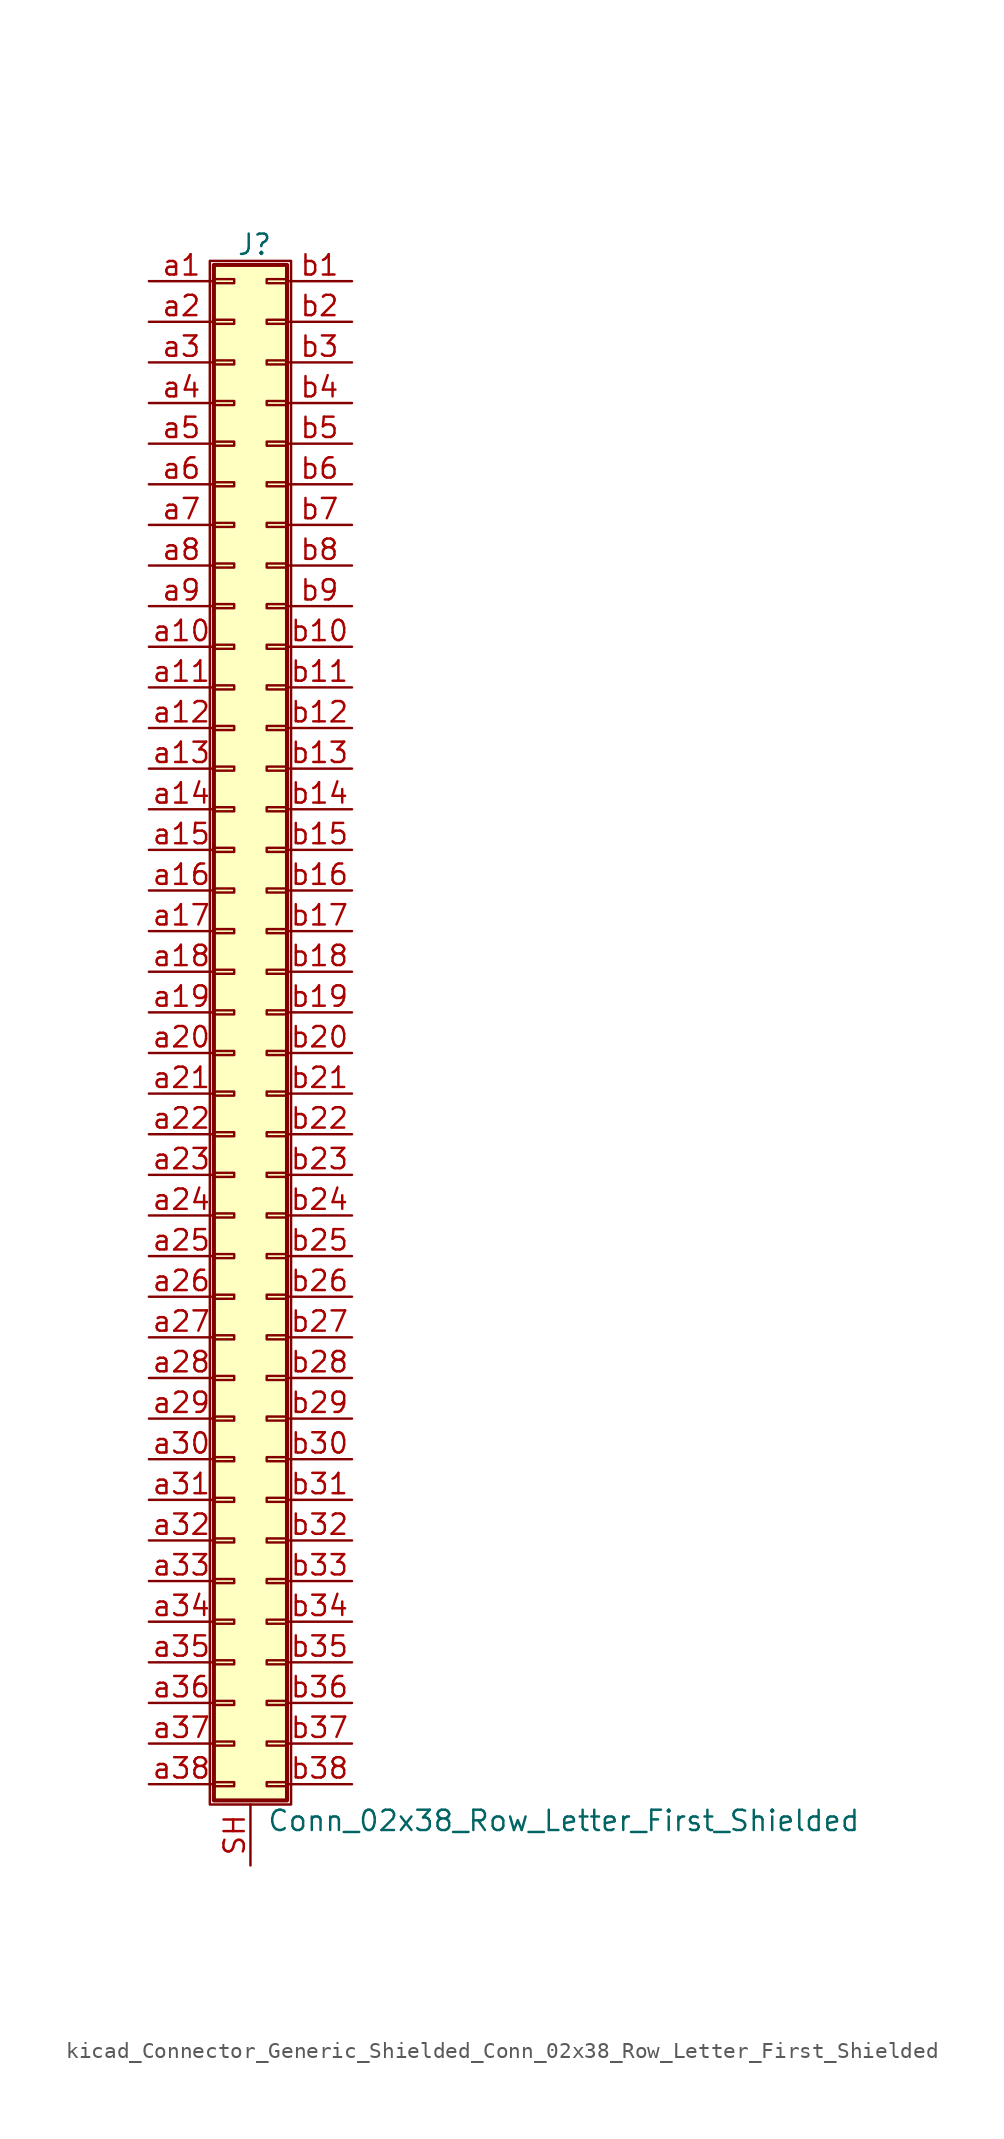
<source format=kicad_sym>
(kicad_symbol_lib
  (version 20220914)
  (generator kicad_symbol_editor)
  (symbol "kicad_Connector_Generic_Shielded_Conn_02x38_Row_Letter_First_Shielded"
    (pin_names
      (offset 1.016) hide)
    (property "Reference" "J"
      (at 1.524 48.006 0)
      (effects (font (size 1.27 1.27))))
    (property "Value" "Conn_02x38_Row_Letter_First_Shielded"
      (at 2.286 -50.546 0)
      (effects (font (size 1.27 1.27)) (justify left)))
    (symbol "kicad_Connector_Generic_Shielded_Conn_02x38_Row_Letter_First_Shielded_1_1"
      (rectangle (start -1.27 46.99) (end 3.81 -49.53) (stroke (width 0.152) (type default)) (fill (type none)))
      (rectangle (start -1.016 -48.133) (end 0.254 -48.387) (stroke (width 0.152) (type default)) (fill (type none)))
      (rectangle (start -1.016 -45.593) (end 0.254 -45.847) (stroke (width 0.152) (type default)) (fill (type none)))
      (rectangle (start -1.016 -43.053) (end 0.254 -43.307) (stroke (width 0.152) (type default)) (fill (type none)))
      (rectangle (start -1.016 -40.513) (end 0.254 -40.767) (stroke (width 0.152) (type default)) (fill (type none)))
      (rectangle (start -1.016 -37.973) (end 0.254 -38.227) (stroke (width 0.152) (type default)) (fill (type none)))
      (rectangle (start -1.016 -35.433) (end 0.254 -35.687) (stroke (width 0.152) (type default)) (fill (type none)))
      (rectangle (start -1.016 -32.893) (end 0.254 -33.147) (stroke (width 0.152) (type default)) (fill (type none)))
      (rectangle (start -1.016 -30.353) (end 0.254 -30.607) (stroke (width 0.152) (type default)) (fill (type none)))
      (rectangle (start -1.016 -27.813) (end 0.254 -28.067) (stroke (width 0.152) (type default)) (fill (type none)))
      (rectangle (start -1.016 -25.273) (end 0.254 -25.527) (stroke (width 0.152) (type default)) (fill (type none)))
      (rectangle (start -1.016 -22.733) (end 0.254 -22.987) (stroke (width 0.152) (type default)) (fill (type none)))
      (rectangle (start -1.016 -20.193) (end 0.254 -20.447) (stroke (width 0.152) (type default)) (fill (type none)))
      (rectangle (start -1.016 -17.653) (end 0.254 -17.907) (stroke (width 0.152) (type default)) (fill (type none)))
      (rectangle (start -1.016 -15.113) (end 0.254 -15.367) (stroke (width 0.152) (type default)) (fill (type none)))
      (rectangle (start -1.016 -12.573) (end 0.254 -12.827) (stroke (width 0.152) (type default)) (fill (type none)))
      (rectangle (start -1.016 -10.033) (end 0.254 -10.287) (stroke (width 0.152) (type default)) (fill (type none)))
      (rectangle (start -1.016 -7.493) (end 0.254 -7.747) (stroke (width 0.152) (type default)) (fill (type none)))
      (rectangle (start -1.016 -4.953) (end 0.254 -5.207) (stroke (width 0.152) (type default)) (fill (type none)))
      (rectangle (start -1.016 -2.413) (end 0.254 -2.667) (stroke (width 0.152) (type default)) (fill (type none)))
      (rectangle (start -1.016 0.127) (end 0.254 -0.127) (stroke (width 0.152) (type default)) (fill (type none)))
      (rectangle (start -1.016 2.667) (end 0.254 2.413) (stroke (width 0.152) (type default)) (fill (type none)))
      (rectangle (start -1.016 5.207) (end 0.254 4.953) (stroke (width 0.152) (type default)) (fill (type none)))
      (rectangle (start -1.016 7.747) (end 0.254 7.493) (stroke (width 0.152) (type default)) (fill (type none)))
      (rectangle (start -1.016 10.287) (end 0.254 10.033) (stroke (width 0.152) (type default)) (fill (type none)))
      (rectangle (start -1.016 12.827) (end 0.254 12.573) (stroke (width 0.152) (type default)) (fill (type none)))
      (rectangle (start -1.016 15.367) (end 0.254 15.113) (stroke (width 0.152) (type default)) (fill (type none)))
      (rectangle (start -1.016 17.907) (end 0.254 17.653) (stroke (width 0.152) (type default)) (fill (type none)))
      (rectangle (start -1.016 20.447) (end 0.254 20.193) (stroke (width 0.152) (type default)) (fill (type none)))
      (rectangle (start -1.016 22.987) (end 0.254 22.733) (stroke (width 0.152) (type default)) (fill (type none)))
      (rectangle (start -1.016 25.527) (end 0.254 25.273) (stroke (width 0.152) (type default)) (fill (type none)))
      (rectangle (start -1.016 28.067) (end 0.254 27.813) (stroke (width 0.152) (type default)) (fill (type none)))
      (rectangle (start -1.016 30.607) (end 0.254 30.353) (stroke (width 0.152) (type default)) (fill (type none)))
      (rectangle (start -1.016 33.147) (end 0.254 32.893) (stroke (width 0.152) (type default)) (fill (type none)))
      (rectangle (start -1.016 35.687) (end 0.254 35.433) (stroke (width 0.152) (type default)) (fill (type none)))
      (rectangle (start -1.016 38.227) (end 0.254 37.973) (stroke (width 0.152) (type default)) (fill (type none)))
      (rectangle (start -1.016 40.767) (end 0.254 40.513) (stroke (width 0.152) (type default)) (fill (type none)))
      (rectangle (start -1.016 43.307) (end 0.254 43.053) (stroke (width 0.152) (type default)) (fill (type none)))
      (rectangle (start -1.016 45.847) (end 0.254 45.593) (stroke (width 0.152) (type default)) (fill (type none)))
      (rectangle (start -1.016 46.736) (end 3.556 -49.276) (stroke (width 0.254) (type default)) (fill (type background)))
      (rectangle (start 3.556 -48.133) (end 2.286 -48.387) (stroke (width 0.152) (type default)) (fill (type none)))
      (rectangle (start 3.556 -45.593) (end 2.286 -45.847) (stroke (width 0.152) (type default)) (fill (type none)))
      (rectangle (start 3.556 -43.053) (end 2.286 -43.307) (stroke (width 0.152) (type default)) (fill (type none)))
      (rectangle (start 3.556 -40.513) (end 2.286 -40.767) (stroke (width 0.152) (type default)) (fill (type none)))
      (rectangle (start 3.556 -37.973) (end 2.286 -38.227) (stroke (width 0.152) (type default)) (fill (type none)))
      (rectangle (start 3.556 -35.433) (end 2.286 -35.687) (stroke (width 0.152) (type default)) (fill (type none)))
      (rectangle (start 3.556 -32.893) (end 2.286 -33.147) (stroke (width 0.152) (type default)) (fill (type none)))
      (rectangle (start 3.556 -30.353) (end 2.286 -30.607) (stroke (width 0.152) (type default)) (fill (type none)))
      (rectangle (start 3.556 -27.813) (end 2.286 -28.067) (stroke (width 0.152) (type default)) (fill (type none)))
      (rectangle (start 3.556 -25.273) (end 2.286 -25.527) (stroke (width 0.152) (type default)) (fill (type none)))
      (rectangle (start 3.556 -22.733) (end 2.286 -22.987) (stroke (width 0.152) (type default)) (fill (type none)))
      (rectangle (start 3.556 -20.193) (end 2.286 -20.447) (stroke (width 0.152) (type default)) (fill (type none)))
      (rectangle (start 3.556 -17.653) (end 2.286 -17.907) (stroke (width 0.152) (type default)) (fill (type none)))
      (rectangle (start 3.556 -15.113) (end 2.286 -15.367) (stroke (width 0.152) (type default)) (fill (type none)))
      (rectangle (start 3.556 -12.573) (end 2.286 -12.827) (stroke (width 0.152) (type default)) (fill (type none)))
      (rectangle (start 3.556 -10.033) (end 2.286 -10.287) (stroke (width 0.152) (type default)) (fill (type none)))
      (rectangle (start 3.556 -7.493) (end 2.286 -7.747) (stroke (width 0.152) (type default)) (fill (type none)))
      (rectangle (start 3.556 -4.953) (end 2.286 -5.207) (stroke (width 0.152) (type default)) (fill (type none)))
      (rectangle (start 3.556 -2.413) (end 2.286 -2.667) (stroke (width 0.152) (type default)) (fill (type none)))
      (rectangle (start 3.556 0.127) (end 2.286 -0.127) (stroke (width 0.152) (type default)) (fill (type none)))
      (rectangle (start 3.556 2.667) (end 2.286 2.413) (stroke (width 0.152) (type default)) (fill (type none)))
      (rectangle (start 3.556 5.207) (end 2.286 4.953) (stroke (width 0.152) (type default)) (fill (type none)))
      (rectangle (start 3.556 7.747) (end 2.286 7.493) (stroke (width 0.152) (type default)) (fill (type none)))
      (rectangle (start 3.556 10.287) (end 2.286 10.033) (stroke (width 0.152) (type default)) (fill (type none)))
      (rectangle (start 3.556 12.827) (end 2.286 12.573) (stroke (width 0.152) (type default)) (fill (type none)))
      (rectangle (start 3.556 15.367) (end 2.286 15.113) (stroke (width 0.152) (type default)) (fill (type none)))
      (rectangle (start 3.556 17.907) (end 2.286 17.653) (stroke (width 0.152) (type default)) (fill (type none)))
      (rectangle (start 3.556 20.447) (end 2.286 20.193) (stroke (width 0.152) (type default)) (fill (type none)))
      (rectangle (start 3.556 22.987) (end 2.286 22.733) (stroke (width 0.152) (type default)) (fill (type none)))
      (rectangle (start 3.556 25.527) (end 2.286 25.273) (stroke (width 0.152) (type default)) (fill (type none)))
      (rectangle (start 3.556 28.067) (end 2.286 27.813) (stroke (width 0.152) (type default)) (fill (type none)))
      (rectangle (start 3.556 30.607) (end 2.286 30.353) (stroke (width 0.152) (type default)) (fill (type none)))
      (rectangle (start 3.556 33.147) (end 2.286 32.893) (stroke (width 0.152) (type default)) (fill (type none)))
      (rectangle (start 3.556 35.687) (end 2.286 35.433) (stroke (width 0.152) (type default)) (fill (type none)))
      (rectangle (start 3.556 38.227) (end 2.286 37.973) (stroke (width 0.152) (type default)) (fill (type none)))
      (rectangle (start 3.556 40.767) (end 2.286 40.513) (stroke (width 0.152) (type default)) (fill (type none)))
      (rectangle (start 3.556 43.307) (end 2.286 43.053) (stroke (width 0.152) (type default)) (fill (type none)))
      (rectangle (start 3.556 45.847) (end 2.286 45.593) (stroke (width 0.152) (type default)) (fill (type none)))
      (pin passive line (at 1.27 -53.34 90) (length 3.81) (name "Shield" (effects (font (size 1.27 1.27)))) (number "SH" (effects (font (size 1.27 1.27)))))
      (pin passive line (at -5.08 45.72 0) (length 4.064) (name "Pin_a1" (effects (font (size 1.27 1.27)))) (number "a1" (effects (font (size 1.27 1.27)))))
      (pin passive line (at -5.08 22.86 0) (length 4.064) (name "Pin_a10" (effects (font (size 1.27 1.27)))) (number "a10" (effects (font (size 1.27 1.27)))))
      (pin passive line (at -5.08 20.32 0) (length 4.064) (name "Pin_a11" (effects (font (size 1.27 1.27)))) (number "a11" (effects (font (size 1.27 1.27)))))
      (pin passive line (at -5.08 17.78 0) (length 4.064) (name "Pin_a12" (effects (font (size 1.27 1.27)))) (number "a12" (effects (font (size 1.27 1.27)))))
      (pin passive line (at -5.08 15.24 0) (length 4.064) (name "Pin_a13" (effects (font (size 1.27 1.27)))) (number "a13" (effects (font (size 1.27 1.27)))))
      (pin passive line (at -5.08 12.7 0) (length 4.064) (name "Pin_a14" (effects (font (size 1.27 1.27)))) (number "a14" (effects (font (size 1.27 1.27)))))
      (pin passive line (at -5.08 10.16 0) (length 4.064) (name "Pin_a15" (effects (font (size 1.27 1.27)))) (number "a15" (effects (font (size 1.27 1.27)))))
      (pin passive line (at -5.08 7.62 0) (length 4.064) (name "Pin_a16" (effects (font (size 1.27 1.27)))) (number "a16" (effects (font (size 1.27 1.27)))))
      (pin passive line (at -5.08 5.08 0) (length 4.064) (name "Pin_a17" (effects (font (size 1.27 1.27)))) (number "a17" (effects (font (size 1.27 1.27)))))
      (pin passive line (at -5.08 2.54 0) (length 4.064) (name "Pin_a18" (effects (font (size 1.27 1.27)))) (number "a18" (effects (font (size 1.27 1.27)))))
      (pin passive line (at -5.08 0 0) (length 4.064) (name "Pin_a19" (effects (font (size 1.27 1.27)))) (number "a19" (effects (font (size 1.27 1.27)))))
      (pin passive line (at -5.08 43.18 0) (length 4.064) (name "Pin_a2" (effects (font (size 1.27 1.27)))) (number "a2" (effects (font (size 1.27 1.27)))))
      (pin passive line (at -5.08 -2.54 0) (length 4.064) (name "Pin_a20" (effects (font (size 1.27 1.27)))) (number "a20" (effects (font (size 1.27 1.27)))))
      (pin passive line (at -5.08 -5.08 0) (length 4.064) (name "Pin_a21" (effects (font (size 1.27 1.27)))) (number "a21" (effects (font (size 1.27 1.27)))))
      (pin passive line (at -5.08 -7.62 0) (length 4.064) (name "Pin_a22" (effects (font (size 1.27 1.27)))) (number "a22" (effects (font (size 1.27 1.27)))))
      (pin passive line (at -5.08 -10.16 0) (length 4.064) (name "Pin_a23" (effects (font (size 1.27 1.27)))) (number "a23" (effects (font (size 1.27 1.27)))))
      (pin passive line (at -5.08 -12.7 0) (length 4.064) (name "Pin_a24" (effects (font (size 1.27 1.27)))) (number "a24" (effects (font (size 1.27 1.27)))))
      (pin passive line (at -5.08 -15.24 0) (length 4.064) (name "Pin_a25" (effects (font (size 1.27 1.27)))) (number "a25" (effects (font (size 1.27 1.27)))))
      (pin passive line (at -5.08 -17.78 0) (length 4.064) (name "Pin_a26" (effects (font (size 1.27 1.27)))) (number "a26" (effects (font (size 1.27 1.27)))))
      (pin passive line (at -5.08 -20.32 0) (length 4.064) (name "Pin_a27" (effects (font (size 1.27 1.27)))) (number "a27" (effects (font (size 1.27 1.27)))))
      (pin passive line (at -5.08 -22.86 0) (length 4.064) (name "Pin_a28" (effects (font (size 1.27 1.27)))) (number "a28" (effects (font (size 1.27 1.27)))))
      (pin passive line (at -5.08 -25.4 0) (length 4.064) (name "Pin_a29" (effects (font (size 1.27 1.27)))) (number "a29" (effects (font (size 1.27 1.27)))))
      (pin passive line (at -5.08 40.64 0) (length 4.064) (name "Pin_a3" (effects (font (size 1.27 1.27)))) (number "a3" (effects (font (size 1.27 1.27)))))
      (pin passive line (at -5.08 -27.94 0) (length 4.064) (name "Pin_a30" (effects (font (size 1.27 1.27)))) (number "a30" (effects (font (size 1.27 1.27)))))
      (pin passive line (at -5.08 -30.48 0) (length 4.064) (name "Pin_a31" (effects (font (size 1.27 1.27)))) (number "a31" (effects (font (size 1.27 1.27)))))
      (pin passive line (at -5.08 -33.02 0) (length 4.064) (name "Pin_a32" (effects (font (size 1.27 1.27)))) (number "a32" (effects (font (size 1.27 1.27)))))
      (pin passive line (at -5.08 -35.56 0) (length 4.064) (name "Pin_a33" (effects (font (size 1.27 1.27)))) (number "a33" (effects (font (size 1.27 1.27)))))
      (pin passive line (at -5.08 -38.1 0) (length 4.064) (name "Pin_a34" (effects (font (size 1.27 1.27)))) (number "a34" (effects (font (size 1.27 1.27)))))
      (pin passive line (at -5.08 -40.64 0) (length 4.064) (name "Pin_a35" (effects (font (size 1.27 1.27)))) (number "a35" (effects (font (size 1.27 1.27)))))
      (pin passive line (at -5.08 -43.18 0) (length 4.064) (name "Pin_a36" (effects (font (size 1.27 1.27)))) (number "a36" (effects (font (size 1.27 1.27)))))
      (pin passive line (at -5.08 -45.72 0) (length 4.064) (name "Pin_a37" (effects (font (size 1.27 1.27)))) (number "a37" (effects (font (size 1.27 1.27)))))
      (pin passive line (at -5.08 -48.26 0) (length 4.064) (name "Pin_a38" (effects (font (size 1.27 1.27)))) (number "a38" (effects (font (size 1.27 1.27)))))
      (pin passive line (at -5.08 38.1 0) (length 4.064) (name "Pin_a4" (effects (font (size 1.27 1.27)))) (number "a4" (effects (font (size 1.27 1.27)))))
      (pin passive line (at -5.08 35.56 0) (length 4.064) (name "Pin_a5" (effects (font (size 1.27 1.27)))) (number "a5" (effects (font (size 1.27 1.27)))))
      (pin passive line (at -5.08 33.02 0) (length 4.064) (name "Pin_a6" (effects (font (size 1.27 1.27)))) (number "a6" (effects (font (size 1.27 1.27)))))
      (pin passive line (at -5.08 30.48 0) (length 4.064) (name "Pin_a7" (effects (font (size 1.27 1.27)))) (number "a7" (effects (font (size 1.27 1.27)))))
      (pin passive line (at -5.08 27.94 0) (length 4.064) (name "Pin_a8" (effects (font (size 1.27 1.27)))) (number "a8" (effects (font (size 1.27 1.27)))))
      (pin passive line (at -5.08 25.4 0) (length 4.064) (name "Pin_a9" (effects (font (size 1.27 1.27)))) (number "a9" (effects (font (size 1.27 1.27)))))
      (pin passive line (at 7.62 45.72 180) (length 4.064) (name "Pin_b1" (effects (font (size 1.27 1.27)))) (number "b1" (effects (font (size 1.27 1.27)))))
      (pin passive line (at 7.62 22.86 180) (length 4.064) (name "Pin_b10" (effects (font (size 1.27 1.27)))) (number "b10" (effects (font (size 1.27 1.27)))))
      (pin passive line (at 7.62 20.32 180) (length 4.064) (name "Pin_b11" (effects (font (size 1.27 1.27)))) (number "b11" (effects (font (size 1.27 1.27)))))
      (pin passive line (at 7.62 17.78 180) (length 4.064) (name "Pin_b12" (effects (font (size 1.27 1.27)))) (number "b12" (effects (font (size 1.27 1.27)))))
      (pin passive line (at 7.62 15.24 180) (length 4.064) (name "Pin_b13" (effects (font (size 1.27 1.27)))) (number "b13" (effects (font (size 1.27 1.27)))))
      (pin passive line (at 7.62 12.7 180) (length 4.064) (name "Pin_b14" (effects (font (size 1.27 1.27)))) (number "b14" (effects (font (size 1.27 1.27)))))
      (pin passive line (at 7.62 10.16 180) (length 4.064) (name "Pin_b15" (effects (font (size 1.27 1.27)))) (number "b15" (effects (font (size 1.27 1.27)))))
      (pin passive line (at 7.62 7.62 180) (length 4.064) (name "Pin_b16" (effects (font (size 1.27 1.27)))) (number "b16" (effects (font (size 1.27 1.27)))))
      (pin passive line (at 7.62 5.08 180) (length 4.064) (name "Pin_b17" (effects (font (size 1.27 1.27)))) (number "b17" (effects (font (size 1.27 1.27)))))
      (pin passive line (at 7.62 2.54 180) (length 4.064) (name "Pin_b18" (effects (font (size 1.27 1.27)))) (number "b18" (effects (font (size 1.27 1.27)))))
      (pin passive line (at 7.62 0 180) (length 4.064) (name "Pin_b19" (effects (font (size 1.27 1.27)))) (number "b19" (effects (font (size 1.27 1.27)))))
      (pin passive line (at 7.62 43.18 180) (length 4.064) (name "Pin_b2" (effects (font (size 1.27 1.27)))) (number "b2" (effects (font (size 1.27 1.27)))))
      (pin passive line (at 7.62 -2.54 180) (length 4.064) (name "Pin_b20" (effects (font (size 1.27 1.27)))) (number "b20" (effects (font (size 1.27 1.27)))))
      (pin passive line (at 7.62 -5.08 180) (length 4.064) (name "Pin_b21" (effects (font (size 1.27 1.27)))) (number "b21" (effects (font (size 1.27 1.27)))))
      (pin passive line (at 7.62 -7.62 180) (length 4.064) (name "Pin_b22" (effects (font (size 1.27 1.27)))) (number "b22" (effects (font (size 1.27 1.27)))))
      (pin passive line (at 7.62 -10.16 180) (length 4.064) (name "Pin_b23" (effects (font (size 1.27 1.27)))) (number "b23" (effects (font (size 1.27 1.27)))))
      (pin passive line (at 7.62 -12.7 180) (length 4.064) (name "Pin_b24" (effects (font (size 1.27 1.27)))) (number "b24" (effects (font (size 1.27 1.27)))))
      (pin passive line (at 7.62 -15.24 180) (length 4.064) (name "Pin_b25" (effects (font (size 1.27 1.27)))) (number "b25" (effects (font (size 1.27 1.27)))))
      (pin passive line (at 7.62 -17.78 180) (length 4.064) (name "Pin_b26" (effects (font (size 1.27 1.27)))) (number "b26" (effects (font (size 1.27 1.27)))))
      (pin passive line (at 7.62 -20.32 180) (length 4.064) (name "Pin_b27" (effects (font (size 1.27 1.27)))) (number "b27" (effects (font (size 1.27 1.27)))))
      (pin passive line (at 7.62 -22.86 180) (length 4.064) (name "Pin_b28" (effects (font (size 1.27 1.27)))) (number "b28" (effects (font (size 1.27 1.27)))))
      (pin passive line (at 7.62 -25.4 180) (length 4.064) (name "Pin_b29" (effects (font (size 1.27 1.27)))) (number "b29" (effects (font (size 1.27 1.27)))))
      (pin passive line (at 7.62 40.64 180) (length 4.064) (name "Pin_b3" (effects (font (size 1.27 1.27)))) (number "b3" (effects (font (size 1.27 1.27)))))
      (pin passive line (at 7.62 -27.94 180) (length 4.064) (name "Pin_b30" (effects (font (size 1.27 1.27)))) (number "b30" (effects (font (size 1.27 1.27)))))
      (pin passive line (at 7.62 -30.48 180) (length 4.064) (name "Pin_b31" (effects (font (size 1.27 1.27)))) (number "b31" (effects (font (size 1.27 1.27)))))
      (pin passive line (at 7.62 -33.02 180) (length 4.064) (name "Pin_b32" (effects (font (size 1.27 1.27)))) (number "b32" (effects (font (size 1.27 1.27)))))
      (pin passive line (at 7.62 -35.56 180) (length 4.064) (name "Pin_b33" (effects (font (size 1.27 1.27)))) (number "b33" (effects (font (size 1.27 1.27)))))
      (pin passive line (at 7.62 -38.1 180) (length 4.064) (name "Pin_b34" (effects (font (size 1.27 1.27)))) (number "b34" (effects (font (size 1.27 1.27)))))
      (pin passive line (at 7.62 -40.64 180) (length 4.064) (name "Pin_b35" (effects (font (size 1.27 1.27)))) (number "b35" (effects (font (size 1.27 1.27)))))
      (pin passive line (at 7.62 -43.18 180) (length 4.064) (name "Pin_b36" (effects (font (size 1.27 1.27)))) (number "b36" (effects (font (size 1.27 1.27)))))
      (pin passive line (at 7.62 -45.72 180) (length 4.064) (name "Pin_b37" (effects (font (size 1.27 1.27)))) (number "b37" (effects (font (size 1.27 1.27)))))
      (pin passive line (at 7.62 -48.26 180) (length 4.064) (name "Pin_b38" (effects (font (size 1.27 1.27)))) (number "b38" (effects (font (size 1.27 1.27)))))
      (pin passive line (at 7.62 38.1 180) (length 4.064) (name "Pin_b4" (effects (font (size 1.27 1.27)))) (number "b4" (effects (font (size 1.27 1.27)))))
      (pin passive line (at 7.62 35.56 180) (length 4.064) (name "Pin_b5" (effects (font (size 1.27 1.27)))) (number "b5" (effects (font (size 1.27 1.27)))))
      (pin passive line (at 7.62 33.02 180) (length 4.064) (name "Pin_b6" (effects (font (size 1.27 1.27)))) (number "b6" (effects (font (size 1.27 1.27)))))
      (pin passive line (at 7.62 30.48 180) (length 4.064) (name "Pin_b7" (effects (font (size 1.27 1.27)))) (number "b7" (effects (font (size 1.27 1.27)))))
      (pin passive line (at 7.62 27.94 180) (length 4.064) (name "Pin_b8" (effects (font (size 1.27 1.27)))) (number "b8" (effects (font (size 1.27 1.27)))))
      (pin passive line (at 7.62 25.4 180) (length 4.064) (name "Pin_b9" (effects (font (size 1.27 1.27)))) (number "b9" (effects (font (size 1.27 1.27))))))))
</source>
